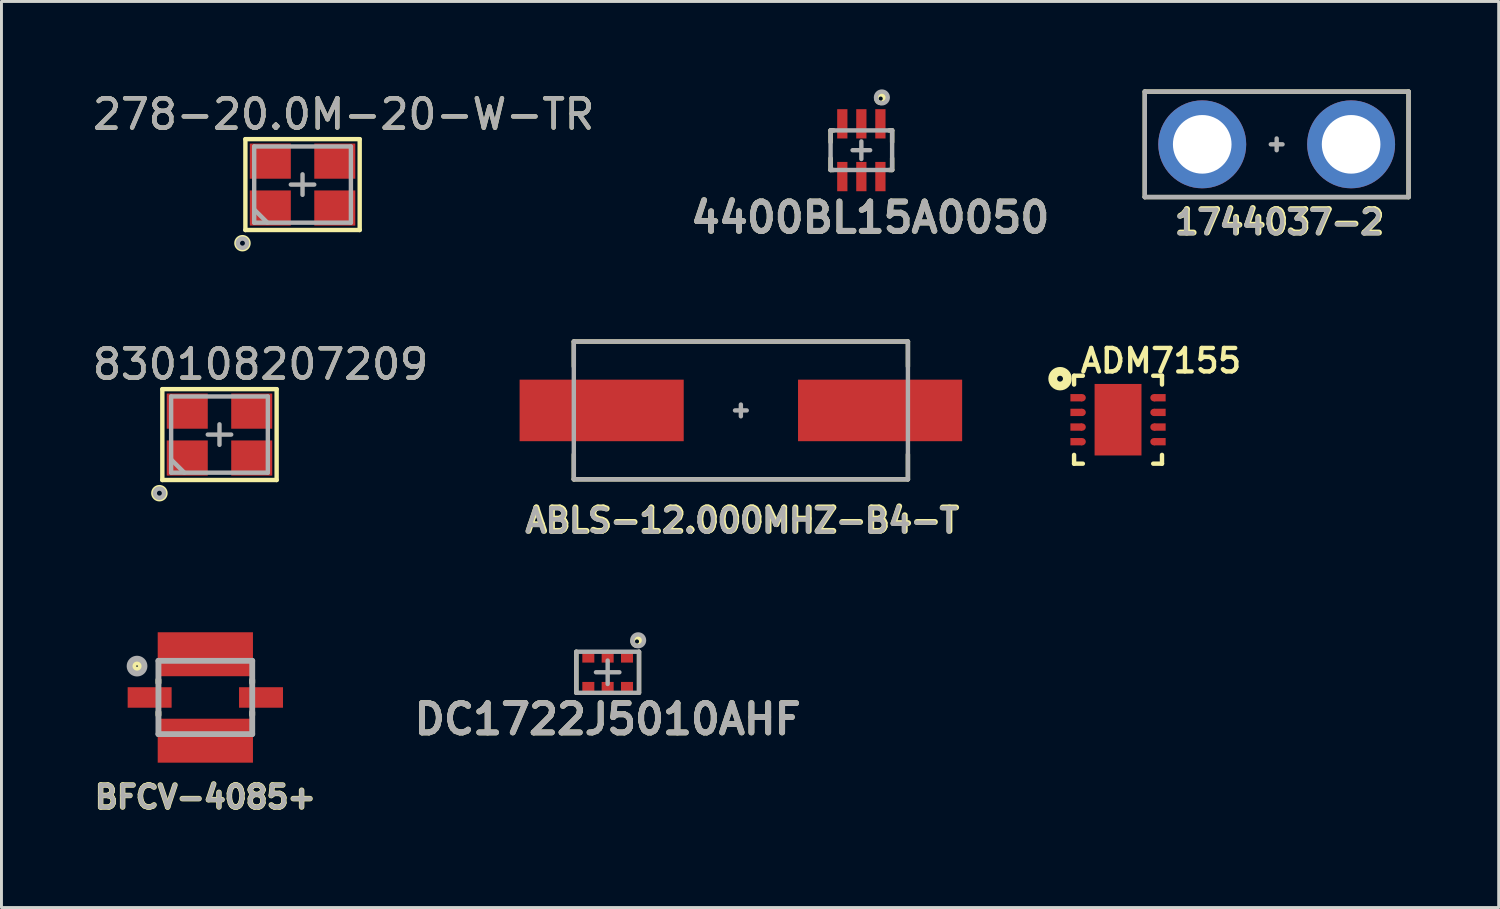
<source format=kicad_pcb>
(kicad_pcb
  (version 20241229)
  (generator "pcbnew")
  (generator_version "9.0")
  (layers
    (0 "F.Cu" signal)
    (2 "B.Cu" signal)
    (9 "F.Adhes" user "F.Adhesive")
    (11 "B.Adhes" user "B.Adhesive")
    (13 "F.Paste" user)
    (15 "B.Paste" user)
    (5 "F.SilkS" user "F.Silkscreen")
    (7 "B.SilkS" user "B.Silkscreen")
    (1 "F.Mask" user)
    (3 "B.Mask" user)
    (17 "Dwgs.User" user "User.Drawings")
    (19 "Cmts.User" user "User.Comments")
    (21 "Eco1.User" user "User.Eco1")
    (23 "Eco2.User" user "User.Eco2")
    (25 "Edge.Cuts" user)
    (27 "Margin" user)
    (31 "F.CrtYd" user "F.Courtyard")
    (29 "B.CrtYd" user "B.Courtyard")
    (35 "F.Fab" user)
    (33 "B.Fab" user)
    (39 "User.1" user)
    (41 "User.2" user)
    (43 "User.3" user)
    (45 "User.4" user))
  (footprint "1744037-2"
    (layer "F.Cu")
    (at 40.511 1.875)
    (property "Reference" "1744037-2" (at 0.1 2.65 0) (layer "F.SilkS") (effects (font (size 0.8 0.8) (thickness 0.2))))
    (attr through_hole)
    (fp_line (start -4.5 1.8) (end -4.5 -1.8) (stroke (width 0.15) (type solid)) (layer "F.SilkS"))
    (fp_line (start 4.5 -1.8) (end -4.5 -1.8) (stroke (width 0.15) (type solid)) (layer "F.SilkS"))
    (fp_line (start 4.5 1.8) (end -4.5 1.8) (stroke (width 0.15) (type solid)) (layer "F.SilkS"))
    (fp_line (start 4.5 1.8) (end 4.5 -1.8) (stroke (width 0.15) (type solid)) (layer "F.SilkS"))
    (fp_line (start -4.5 -1.8) (end -4.5 1.8) (stroke (width 0.15) (type solid)) (layer "F.Fab"))
    (fp_line (start -4.5 -1.8) (end 4.5 -1.8) (stroke (width 0.15) (type solid)) (layer "F.Fab"))
    (fp_line (start -4.5 1.8) (end 4.5 1.8) (stroke (width 0.15) (type solid)) (layer "F.Fab"))
    (fp_line (start -0.2 0) (end 0.2 0) (stroke (width 0.15) (type solid)) (layer "F.Fab"))
    (fp_line (start 0 -0.2) (end 0 0.2) (stroke (width 0.15) (type solid)) (layer "F.Fab"))
    (fp_line (start 4.5 -1.8) (end 4.5 1.8) (stroke (width 0.15) (type solid)) (layer "F.Fab"))
    (fp_text user "${REFERENCE}" (at 0.072 2.67 0) (layer "F.Fab") (effects (font (size 0.8 0.8) (thickness 0.15))))
    (pad "1" thru_hole circle (at -2.54 0) (size 3 3) (drill 2) (layers "*.Cu" "*.Mask"))
    (pad "2" thru_hole circle (at 2.54 0) (size 3 3) (drill 2) (layers "*.Cu" "*.Mask")))
  (footprint "830108207209"
    (layer "F.Cu")
    (at 4.439 11.778)
    (property "Reference" "830108207209" (at 1.4 -2.4 180) (layer "F.SilkS") (effects (font (size 1 1) (thickness 0.15))))
    (attr smd)
    (fp_line (start -1.95 -1.55) (end -1.95 1.55) (stroke (width 0.15) (type solid)) (layer "F.SilkS"))
    (fp_line (start -1.95 -1.55) (end 1.95 -1.55) (stroke (width 0.15) (type solid)) (layer "F.SilkS"))
    (fp_line (start -1.95 1.55) (end 1.95 1.55) (stroke (width 0.15) (type solid)) (layer "F.SilkS"))
    (fp_line (start 1.95 -1.55) (end 1.95 1.55) (stroke (width 0.15) (type solid)) (layer "F.SilkS"))
    (fp_circle (center -2.05 2) (end -2 2.2) (stroke (width 0.15) (type solid)) (fill no) (layer "F.SilkS"))
    (fp_line (start -1.65 -1.3) (end -1.65 1.3) (stroke (width 0.15) (type solid)) (layer "F.Fab"))
    (fp_line (start -1.2 1.3) (end -1.65 0.85) (stroke (width 0.15) (type solid)) (layer "F.Fab"))
    (fp_line (start -0.4 0) (end 0.4 0) (stroke (width 0.15) (type solid)) (layer "F.Fab"))
    (fp_line (start 0 0.35) (end 0 -0.35) (stroke (width 0.15) (type solid)) (layer "F.Fab"))
    (fp_line (start 1.65 -1.3) (end -1.65 -1.3) (stroke (width 0.15) (type solid)) (layer "F.Fab"))
    (fp_line (start 1.65 1.3) (end -1.65 1.3) (stroke (width 0.15) (type solid)) (layer "F.Fab"))
    (fp_line (start 1.65 1.3) (end 1.65 -1.3) (stroke (width 0.15) (type solid)) (layer "F.Fab"))
    (fp_circle (center -2.05 2) (end -2 2.15) (stroke (width 0.15) (type solid)) (fill no) (layer "F.Fab"))
    (fp_text user "${REFERENCE}" (at 1.4 -2.4 0) (layer "F.Fab") (effects (font (size 1 1) (thickness 0.15))))
    (pad "1" smd rect (at -1.1 0.8) (size 1.4 1.2) (layers "F.Cu" "F.Mask" "F.Paste"))
    (pad "2" smd rect (at 1.1 0.8) (size 1.4 1.2) (layers "F.Cu" "F.Mask" "F.Paste"))
    (pad "3" smd rect (at 1.1 -0.8) (size 1.4 1.2) (layers "F.Cu" "F.Mask" "F.Paste"))
    (pad "4" smd rect (at -1.1 -0.8) (size 1.4 1.2) (layers "F.Cu" "F.Mask" "F.Paste")))
  (footprint "DC1722J5010AHF"
    (layer "F.Cu")
    (at 17.684 19.888)
    (property "Reference" "DC1722J5010AHF" (at 0 1.6 0) (layer "F.SilkS") (effects (font (size 1 1) (thickness 0.2))))
    (attr through_hole)
    (fp_line (start -1.07 0.7) (end -1.07 -0.7) (stroke (width 0.15) (type solid)) (layer "F.SilkS"))
    (fp_line (start 1.07 0.7) (end 1.07 -0.7) (stroke (width 0.15) (type solid)) (layer "F.SilkS"))
    (fp_circle (center 1 -1.05) (end 1.107 -0.95) (stroke (width 0.152) (type solid)) (fill no) (layer "F.SilkS"))
    (fp_line (start -1.07 -0.7) (end -1.07 0.7) (stroke (width 0.15) (type solid)) (layer "F.Fab"))
    (fp_line (start -0.4 0) (end 0.4 0) (stroke (width 0.15) (type solid)) (layer "F.Fab"))
    (fp_line (start 0 -0.4) (end 0 0.4) (stroke (width 0.15) (type solid)) (layer "F.Fab"))
    (fp_line (start 1.07 -0.7) (end -1.07 -0.7) (stroke (width 0.15) (type solid)) (layer "F.Fab"))
    (fp_line (start 1.07 -0.7) (end 1.07 0.7) (stroke (width 0.15) (type solid)) (layer "F.Fab"))
    (fp_line (start 1.07 0.7) (end -1.07 0.7) (stroke (width 0.15) (type solid)) (layer "F.Fab"))
    (fp_circle (center 1.04 -1.09) (end 1.24 -1.09) (stroke (width 0.15) (type solid)) (fill no) (layer "F.Fab"))
    (fp_text user "${REFERENCE}" (at 0 1.6 0) (layer "F.Fab") (effects (font (size 1 1) (thickness 0.2))))
    (pad "1" smd rect (at 0.66 -0.495) (size 0.41 0.33) (layers "F.Cu" "F.Mask" "F.Paste"))
    (pad "2" smd rect (at 0 -0.495) (size 0.41 0.33) (layers "F.Cu" "F.Mask" "F.Paste"))
    (pad "3" smd rect (at -0.66 -0.495) (size 0.41 0.33) (layers "F.Cu" "F.Mask" "F.Paste"))
    (pad "4" smd rect (at -0.66 0.495) (size 0.41 0.33) (layers "F.Cu" "F.Mask" "F.Paste"))
    (pad "5" smd rect (at 0 0.495) (size 0.41 0.33) (layers "F.Cu" "F.Mask" "F.Paste"))
    (pad "6" smd rect (at 0.66 0.495) (size 0.41 0.33) (layers "F.Cu" "F.Mask" "F.Paste")))
  (footprint "4400BL15A0050"
    (layer "F.Cu")
    (at 26.34 2.075)
    (property "Reference" "4400BL15A0050" (at 0.3 2.3 0) (layer "F.SilkS") (effects (font (size 1 1) (thickness 0.2))))
    (attr through_hole)
    (fp_line (start -1.05 -0.675) (end -1.05 -0.275) (stroke (width 0.15) (type solid)) (layer "F.SilkS"))
    (fp_line (start -1.05 -0.675) (end -0.95 -0.675) (stroke (width 0.15) (type solid)) (layer "F.SilkS"))
    (fp_line (start -1.05 0.275) (end -1.05 0.675) (stroke (width 0.15) (type solid)) (layer "F.SilkS"))
    (fp_line (start -1.05 0.675) (end -0.95 0.675) (stroke (width 0.15) (type solid)) (layer "F.SilkS"))
    (fp_line (start 0.95 -0.675) (end 1.05 -0.675) (stroke (width 0.15) (type solid)) (layer "F.SilkS"))
    (fp_line (start 0.95 0.675) (end 1.05 0.675) (stroke (width 0.15) (type solid)) (layer "F.SilkS"))
    (fp_line (start 1.05 -0.675) (end 1.05 -0.275) (stroke (width 0.15) (type solid)) (layer "F.SilkS"))
    (fp_line (start 1.05 0.275) (end 1.05 0.675) (stroke (width 0.15) (type solid)) (layer "F.SilkS"))
    (fp_circle (center 0.66 -1.76) (end 0.767 -1.66) (stroke (width 0.152) (type solid)) (fill no) (layer "F.SilkS"))
    (fp_line (start -1.05 -0.675) (end -1.05 0.675) (stroke (width 0.15) (type solid)) (layer "F.Fab"))
    (fp_line (start -0.3 0) (end 0.3 0) (stroke (width 0.15) (type solid)) (layer "F.Fab"))
    (fp_line (start 0 -0.3) (end 0 0.3) (stroke (width 0.15) (type solid)) (layer "F.Fab"))
    (fp_line (start 1.05 -0.675) (end -1.05 -0.675) (stroke (width 0.15) (type solid)) (layer "F.Fab"))
    (fp_line (start 1.05 -0.675) (end 1.05 0.675) (stroke (width 0.15) (type solid)) (layer "F.Fab"))
    (fp_line (start 1.05 0.675) (end -1.05 0.675) (stroke (width 0.15) (type solid)) (layer "F.Fab"))
    (fp_circle (center 0.7 -1.8) (end 0.9 -1.8) (stroke (width 0.15) (type solid)) (fill no) (layer "F.Fab"))
    (fp_text user "${REFERENCE}" (at 0.3 2.3 0) (layer "F.Fab") (effects (font (size 1 1) (thickness 0.2))))
    (pad "1" smd rect (at 0.65 -0.9) (size 0.35 1) (layers "F.Cu" "F.Mask" "F.Paste"))
    (pad "2" smd rect (at 0 -0.9) (size 0.35 1) (layers "F.Cu" "F.Mask" "F.Paste"))
    (pad "3" smd rect (at -0.65 -0.9) (size 0.35 1) (layers "F.Cu" "F.Mask" "F.Paste"))
    (pad "4" smd rect (at -0.65 0.9) (size 0.35 1) (layers "F.Cu" "F.Mask" "F.Paste"))
    (pad "5" smd rect (at 0 0.9) (size 0.35 1) (layers "F.Cu" "F.Mask" "F.Paste"))
    (pad "6" smd rect (at 0.65 0.9) (size 0.35 1) (layers "F.Cu" "F.Mask" "F.Paste")))
  (footprint "ADM7155"
    (layer "F.Cu")
    (at 35.098 11.271)
    (property "Reference" "ADM7155" (at 1.464 -2.011 0) (layer "F.SilkS") (effects (font (size 0.8 0.8) (thickness 0.15))))
    (attr smd)
    (fp_line (start -1.5 -1.5) (end -1.5 -1.2) (stroke (width 0.15) (type solid)) (layer "F.SilkS"))
    (fp_line (start -1.5 1.2) (end -1.5 1.5) (stroke (width 0.15) (type solid)) (layer "F.SilkS"))
    (fp_line (start -1.5 1.5) (end -1.2 1.5) (stroke (width 0.15) (type solid)) (layer "F.SilkS"))
    (fp_line (start -1.2 -1.5) (end -1.5 -1.5) (stroke (width 0.15) (type solid)) (layer "F.SilkS"))
    (fp_line (start 1.2 -1.5) (end 1.5 -1.5) (stroke (width 0.15) (type solid)) (layer "F.SilkS"))
    (fp_line (start 1.2 1.5) (end 1.5 1.5) (stroke (width 0.15) (type solid)) (layer "F.SilkS"))
    (fp_line (start 1.5 -1.5) (end 1.5 -1.2) (stroke (width 0.15) (type solid)) (layer "F.SilkS"))
    (fp_line (start 1.5 1.5) (end 1.5 1.2) (stroke (width 0.15) (type solid)) (layer "F.SilkS"))
    (fp_circle (center -1.978 -1.4) (end -1.878 -1.4) (stroke (width 0.3) (type solid)) (fill no) (layer "F.SilkS"))
    (pad "1" smd rect (at -1.425 -0.75) (size 0.4 0.25) (layers "F.Cu" "F.Mask" "F.Paste"))
    (pad "1" smd circle (at -1.225 -0.75) (size 0.25 0.25) (layers "F.Cu" "F.Mask" "F.Paste"))
    (pad "2" smd rect (at -1.425 -0.25) (size 0.4 0.25) (layers "F.Cu" "F.Mask" "F.Paste"))
    (pad "2" smd circle (at -1.225 -0.25) (size 0.25 0.25) (layers "F.Cu" "F.Mask" "F.Paste"))
    (pad "3" smd rect (at -1.425 0.25) (size 0.4 0.25) (layers "F.Cu" "F.Mask" "F.Paste"))
    (pad "3" smd circle (at -1.225 0.25) (size 0.25 0.25) (layers "F.Cu" "F.Mask" "F.Paste"))
    (pad "4" smd rect (at -1.425 0.75) (size 0.4 0.25) (layers "F.Cu" "F.Mask" "F.Paste"))
    (pad "4" smd circle (at -1.225 0.75) (size 0.25 0.25) (layers "F.Cu" "F.Mask" "F.Paste"))
    (pad "5" smd circle (at 1.225 0.75 180) (size 0.25 0.25) (layers "F.Cu" "F.Mask" "F.Paste"))
    (pad "5" smd rect (at 1.425 0.75 180) (size 0.4 0.25) (layers "F.Cu" "F.Mask" "F.Paste"))
    (pad "6" smd circle (at 1.225 0.25 180) (size 0.25 0.25) (layers "F.Cu" "F.Mask" "F.Paste"))
    (pad "6" smd rect (at 1.425 0.25 180) (size 0.4 0.25) (layers "F.Cu" "F.Mask" "F.Paste"))
    (pad "7" smd circle (at 1.225 -0.25 180) (size 0.25 0.25) (layers "F.Cu" "F.Mask" "F.Paste"))
    (pad "7" smd rect (at 1.425 -0.25 180) (size 0.4 0.25) (layers "F.Cu" "F.Mask" "F.Paste"))
    (pad "8" smd circle (at 1.225 -0.75 180) (size 0.25 0.25) (layers "F.Cu" "F.Mask" "F.Paste"))
    (pad "8" smd rect (at 1.425 -0.75 180) (size 0.4 0.25) (layers "F.Cu" "F.Mask" "F.Paste"))
    (pad "PAD" smd rect (at 0 0) (size 1.6 2.44) (layers "F.Cu" "F.Mask" "F.Paste")))
  (footprint "ABLS-12.000MHZ-B4-T"
    (layer "F.Cu")
    (at 22.229 10.954)
    (property "Reference" "ABLS-12.000MHZ-B4-T" (at 0.05 3.75 0) (layer "F.SilkS") (effects (font (size 0.8 0.8) (thickness 0.2))))
    (attr through_hole)
    (fp_line (start -5.7 -1.5) (end -5.7 -2.35) (stroke (width 0.15) (type solid)) (layer "F.SilkS"))
    (fp_line (start -5.7 2.35) (end -5.7 1.5) (stroke (width 0.15) (type solid)) (layer "F.SilkS"))
    (fp_line (start 5.7 -2.35) (end -5.7 -2.35) (stroke (width 0.15) (type solid)) (layer "F.SilkS"))
    (fp_line (start 5.7 -1.5) (end 5.7 -2.35) (stroke (width 0.15) (type solid)) (layer "F.SilkS"))
    (fp_line (start 5.7 2.35) (end -5.7 2.35) (stroke (width 0.15) (type solid)) (layer "F.SilkS"))
    (fp_line (start 5.7 2.35) (end 5.7 1.5) (stroke (width 0.15) (type solid)) (layer "F.SilkS"))
    (fp_line (start -5.7 -2.35) (end -5.7 2.35) (stroke (width 0.15) (type solid)) (layer "F.Fab"))
    (fp_line (start -5.7 -2.35) (end 5.7 -2.35) (stroke (width 0.15) (type solid)) (layer "F.Fab"))
    (fp_line (start -0.2 0) (end 0.2 0) (stroke (width 0.15) (type solid)) (layer "F.Fab"))
    (fp_line (start 0 -0.2) (end 0 0.2) (stroke (width 0.15) (type solid)) (layer "F.Fab"))
    (fp_line (start 5.7 -2.35) (end 5.7 2.35) (stroke (width 0.15) (type solid)) (layer "F.Fab"))
    (fp_line (start 5.7 2.35) (end -5.7 2.35) (stroke (width 0.15) (type solid)) (layer "F.Fab"))
    (fp_text user "${REFERENCE}" (at 0.022 3.77 0) (layer "F.Fab") (effects (font (size 0.8 0.8) (thickness 0.15))))
    (pad "1" smd rect (at -4.75 0) (size 5.6 2.1) (layers "F.Cu" "F.Mask" "F.Paste"))
    (pad "2" smd rect (at 4.75 0) (size 5.6 2.1) (layers "F.Cu" "F.Mask" "F.Paste")))
  (footprint "278-20.0M-20-W-TR"
    (layer "F.Cu")
    (at 7.273 3.248)
    (property "Reference" "278-20.0M-20-W-TR" (at 1.4 -2.4 180) (layer "F.SilkS") (effects (font (size 1 1) (thickness 0.15))))
    (attr smd)
    (fp_line (start -1.95 -1.55) (end -1.95 1.55) (stroke (width 0.15) (type solid)) (layer "F.SilkS"))
    (fp_line (start -1.95 -1.55) (end 1.95 -1.55) (stroke (width 0.15) (type solid)) (layer "F.SilkS"))
    (fp_line (start -1.95 1.55) (end 1.95 1.55) (stroke (width 0.15) (type solid)) (layer "F.SilkS"))
    (fp_line (start 1.95 -1.55) (end 1.95 1.55) (stroke (width 0.15) (type solid)) (layer "F.SilkS"))
    (fp_circle (center -2.05 2) (end -2 2.2) (stroke (width 0.15) (type solid)) (fill no) (layer "F.SilkS"))
    (fp_line (start -1.65 -1.3) (end -1.65 1.3) (stroke (width 0.15) (type solid)) (layer "F.Fab"))
    (fp_line (start -1.2 1.3) (end -1.65 0.85) (stroke (width 0.15) (type solid)) (layer "F.Fab"))
    (fp_line (start -0.4 0) (end 0.4 0) (stroke (width 0.15) (type solid)) (layer "F.Fab"))
    (fp_line (start 0 0.35) (end 0 -0.35) (stroke (width 0.15) (type solid)) (layer "F.Fab"))
    (fp_line (start 1.65 -1.3) (end -1.65 -1.3) (stroke (width 0.15) (type solid)) (layer "F.Fab"))
    (fp_line (start 1.65 1.3) (end -1.65 1.3) (stroke (width 0.15) (type solid)) (layer "F.Fab"))
    (fp_line (start 1.65 1.3) (end 1.65 -1.3) (stroke (width 0.15) (type solid)) (layer "F.Fab"))
    (fp_circle (center -2.05 2) (end -2 2.15) (stroke (width 0.15) (type solid)) (fill no) (layer "F.Fab"))
    (fp_text user "${REFERENCE}" (at 1.4 -2.4 0) (layer "F.Fab") (effects (font (size 1 1) (thickness 0.15))))
    (pad "1" smd rect (at -1.1 0.8) (size 1.4 1.2) (layers "F.Cu" "F.Mask" "F.Paste"))
    (pad "2" smd rect (at 1.1 0.8) (size 1.4 1.2) (layers "F.Cu" "F.Mask" "F.Paste"))
    (pad "3" smd rect (at 1.1 -0.8) (size 1.4 1.2) (layers "F.Cu" "F.Mask" "F.Paste"))
    (pad "4" smd rect (at -1.1 -0.8) (size 1.4 1.2) (layers "F.Cu" "F.Mask" "F.Paste")))
  (footprint "BFCV-4085+"
    (layer "F.Cu")
    (at 3.956 20.748)
    (property "Reference" "BFCV-4085+" (at 0 3.4 0) (layer "F.SilkS") (effects (font (size 0.75 0.75) (thickness 0.188))))
    (attr through_hole)
    (fp_line (start -1.6 -0.6) (end -1.6 -0.5) (stroke (width 0.2) (type solid)) (layer "F.SilkS"))
    (fp_line (start -1.6 0.5) (end -1.6 0.6) (stroke (width 0.2) (type solid)) (layer "F.SilkS"))
    (fp_line (start 1.6 -0.6) (end 1.6 -0.5) (stroke (width 0.2) (type solid)) (layer "F.SilkS"))
    (fp_line (start 1.6 0.5) (end 1.6 0.6) (stroke (width 0.2) (type solid)) (layer "F.SilkS"))
    (fp_circle (center -2.33 -1.07) (end -2.203 -1.07) (stroke (width 0.2) (type solid)) (fill no) (layer "F.SilkS"))
    (fp_line (start -1.6 -1.25) (end -1.6 1.25) (stroke (width 0.2) (type solid)) (layer "F.Fab"))
    (fp_line (start -1.6 -1.25) (end 1.6 -1.25) (stroke (width 0.2) (type solid)) (layer "F.Fab"))
    (fp_line (start -1.6 1.25) (end 1.6 1.25) (stroke (width 0.2) (type solid)) (layer "F.Fab"))
    (fp_line (start 1.6 -1.25) (end 1.6 1.25) (stroke (width 0.2) (type solid)) (layer "F.Fab"))
    (fp_circle (center -2.33 -1.07) (end -2.584 -1.07) (stroke (width 0.2) (type solid)) (fill no) (layer "F.Fab"))
    (fp_text user "${REFERENCE}" (at 0 3.4 0) (layer "F.Fab") (effects (font (size 0.75 0.75) (thickness 0.15))))
    (pad "1" smd rect (at -1.9 0) (size 1.5 0.7) (layers "F.Cu" "F.Mask" "F.Paste"))
    (pad "2" smd rect (at 0 1.475) (size 3.25 1.5) (layers "F.Cu" "F.Mask" "F.Paste"))
    (pad "3" smd rect (at 1.9 0) (size 1.5 0.7) (layers "F.Cu" "F.Mask" "F.Paste"))
    (pad "4" smd rect (at 0 -1.475) (size 3.25 1.5) (layers "F.Cu" "F.Mask" "F.Paste")))
  (gr_rect
    (start -3 -3)
    (end 48.086 27.916)
    (stroke (width 0.1) (type default))
    (fill no)
    (layer "Edge.Cuts")))
</source>
